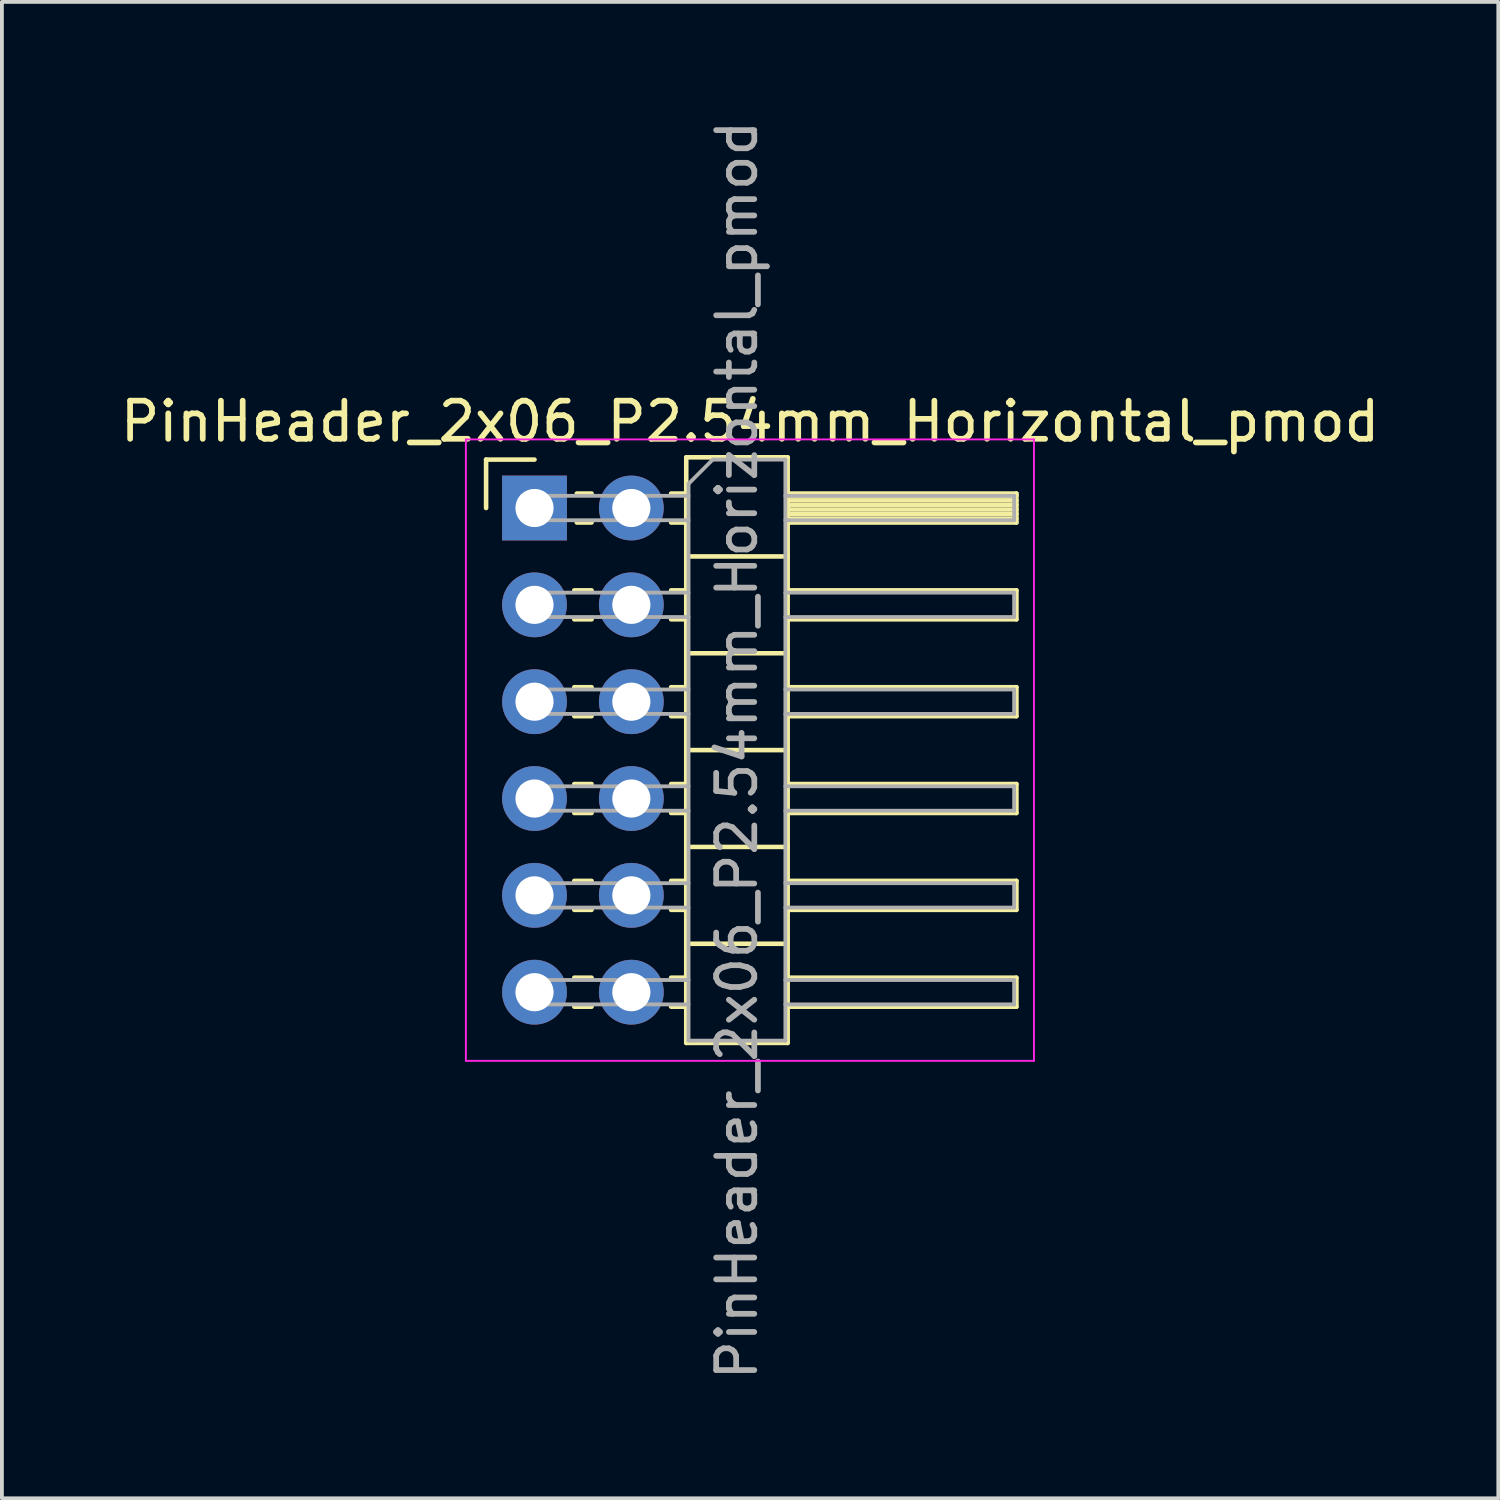
<source format=kicad_pcb>
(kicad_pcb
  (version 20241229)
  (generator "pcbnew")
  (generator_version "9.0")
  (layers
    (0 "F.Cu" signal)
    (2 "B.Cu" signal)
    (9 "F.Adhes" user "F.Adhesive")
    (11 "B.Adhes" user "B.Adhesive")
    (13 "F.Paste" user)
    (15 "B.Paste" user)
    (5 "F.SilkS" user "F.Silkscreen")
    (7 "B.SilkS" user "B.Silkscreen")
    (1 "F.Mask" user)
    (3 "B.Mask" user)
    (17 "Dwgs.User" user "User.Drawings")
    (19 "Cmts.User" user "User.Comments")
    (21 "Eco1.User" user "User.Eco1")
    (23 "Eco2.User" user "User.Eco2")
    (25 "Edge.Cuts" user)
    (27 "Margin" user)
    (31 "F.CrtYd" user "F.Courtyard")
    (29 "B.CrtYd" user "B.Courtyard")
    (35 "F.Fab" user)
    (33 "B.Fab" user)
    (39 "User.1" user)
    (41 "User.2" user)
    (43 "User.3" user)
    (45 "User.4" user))
  (footprint "PinHeader_2x06_P2.54mm_Horizontal_pmod"
    (layer "F.Cu")
    (at 10.97 10.275)
    (property "Reference" "PinHeader_2x06_P2.54mm_Horizontal_pmod" (at 5.655 -2.27 0) (layer "F.SilkS") (effects (font (size 1 1) (thickness 0.15))))
    (attr through_hole)
    (fp_line (start -1.27 -1.27) (end 0 -1.27) (stroke (width 0.12) (type solid)) (layer "F.SilkS"))
    (fp_line (start -1.27 0) (end -1.27 -1.27) (stroke (width 0.12) (type solid)) (layer "F.SilkS"))
    (fp_line (start 1.043 2.16) (end 1.497 2.16) (stroke (width 0.12) (type solid)) (layer "F.SilkS"))
    (fp_line (start 1.043 2.92) (end 1.497 2.92) (stroke (width 0.12) (type solid)) (layer "F.SilkS"))
    (fp_line (start 1.043 4.7) (end 1.497 4.7) (stroke (width 0.12) (type solid)) (layer "F.SilkS"))
    (fp_line (start 1.043 5.46) (end 1.497 5.46) (stroke (width 0.12) (type solid)) (layer "F.SilkS"))
    (fp_line (start 1.043 7.24) (end 1.497 7.24) (stroke (width 0.12) (type solid)) (layer "F.SilkS"))
    (fp_line (start 1.043 8) (end 1.497 8) (stroke (width 0.12) (type solid)) (layer "F.SilkS"))
    (fp_line (start 1.043 9.78) (end 1.497 9.78) (stroke (width 0.12) (type solid)) (layer "F.SilkS"))
    (fp_line (start 1.043 10.54) (end 1.497 10.54) (stroke (width 0.12) (type solid)) (layer "F.SilkS"))
    (fp_line (start 1.043 12.32) (end 1.497 12.32) (stroke (width 0.12) (type solid)) (layer "F.SilkS"))
    (fp_line (start 1.043 13.08) (end 1.497 13.08) (stroke (width 0.12) (type solid)) (layer "F.SilkS"))
    (fp_line (start 1.11 -0.38) (end 1.497 -0.38) (stroke (width 0.12) (type solid)) (layer "F.SilkS"))
    (fp_line (start 1.11 0.38) (end 1.497 0.38) (stroke (width 0.12) (type solid)) (layer "F.SilkS"))
    (fp_line (start 3.583 -0.38) (end 3.98 -0.38) (stroke (width 0.12) (type solid)) (layer "F.SilkS"))
    (fp_line (start 3.583 0.38) (end 3.98 0.38) (stroke (width 0.12) (type solid)) (layer "F.SilkS"))
    (fp_line (start 3.583 2.16) (end 3.98 2.16) (stroke (width 0.12) (type solid)) (layer "F.SilkS"))
    (fp_line (start 3.583 2.92) (end 3.98 2.92) (stroke (width 0.12) (type solid)) (layer "F.SilkS"))
    (fp_line (start 3.583 4.7) (end 3.98 4.7) (stroke (width 0.12) (type solid)) (layer "F.SilkS"))
    (fp_line (start 3.583 5.46) (end 3.98 5.46) (stroke (width 0.12) (type solid)) (layer "F.SilkS"))
    (fp_line (start 3.583 7.24) (end 3.98 7.24) (stroke (width 0.12) (type solid)) (layer "F.SilkS"))
    (fp_line (start 3.583 8) (end 3.98 8) (stroke (width 0.12) (type solid)) (layer "F.SilkS"))
    (fp_line (start 3.583 9.78) (end 3.98 9.78) (stroke (width 0.12) (type solid)) (layer "F.SilkS"))
    (fp_line (start 3.583 10.54) (end 3.98 10.54) (stroke (width 0.12) (type solid)) (layer "F.SilkS"))
    (fp_line (start 3.583 12.32) (end 3.98 12.32) (stroke (width 0.12) (type solid)) (layer "F.SilkS"))
    (fp_line (start 3.583 13.08) (end 3.98 13.08) (stroke (width 0.12) (type solid)) (layer "F.SilkS"))
    (fp_line (start 3.98 -1.33) (end 3.98 14.03) (stroke (width 0.12) (type solid)) (layer "F.SilkS"))
    (fp_line (start 3.98 1.27) (end 6.64 1.27) (stroke (width 0.12) (type solid)) (layer "F.SilkS"))
    (fp_line (start 3.98 3.81) (end 6.64 3.81) (stroke (width 0.12) (type solid)) (layer "F.SilkS"))
    (fp_line (start 3.98 6.35) (end 6.64 6.35) (stroke (width 0.12) (type solid)) (layer "F.SilkS"))
    (fp_line (start 3.98 8.89) (end 6.64 8.89) (stroke (width 0.12) (type solid)) (layer "F.SilkS"))
    (fp_line (start 3.98 11.43) (end 6.64 11.43) (stroke (width 0.12) (type solid)) (layer "F.SilkS"))
    (fp_line (start 3.98 14.03) (end 6.64 14.03) (stroke (width 0.12) (type solid)) (layer "F.SilkS"))
    (fp_line (start 6.64 -1.33) (end 3.98 -1.33) (stroke (width 0.12) (type solid)) (layer "F.SilkS"))
    (fp_line (start 6.64 -0.38) (end 12.64 -0.38) (stroke (width 0.12) (type solid)) (layer "F.SilkS"))
    (fp_line (start 6.64 -0.32) (end 12.64 -0.32) (stroke (width 0.12) (type solid)) (layer "F.SilkS"))
    (fp_line (start 6.64 -0.2) (end 12.64 -0.2) (stroke (width 0.12) (type solid)) (layer "F.SilkS"))
    (fp_line (start 6.64 -0.08) (end 12.64 -0.08) (stroke (width 0.12) (type solid)) (layer "F.SilkS"))
    (fp_line (start 6.64 0.04) (end 12.64 0.04) (stroke (width 0.12) (type solid)) (layer "F.SilkS"))
    (fp_line (start 6.64 0.16) (end 12.64 0.16) (stroke (width 0.12) (type solid)) (layer "F.SilkS"))
    (fp_line (start 6.64 0.28) (end 12.64 0.28) (stroke (width 0.12) (type solid)) (layer "F.SilkS"))
    (fp_line (start 6.64 2.16) (end 12.64 2.16) (stroke (width 0.12) (type solid)) (layer "F.SilkS"))
    (fp_line (start 6.64 4.7) (end 12.64 4.7) (stroke (width 0.12) (type solid)) (layer "F.SilkS"))
    (fp_line (start 6.64 7.24) (end 12.64 7.24) (stroke (width 0.12) (type solid)) (layer "F.SilkS"))
    (fp_line (start 6.64 9.78) (end 12.64 9.78) (stroke (width 0.12) (type solid)) (layer "F.SilkS"))
    (fp_line (start 6.64 12.32) (end 12.64 12.32) (stroke (width 0.12) (type solid)) (layer "F.SilkS"))
    (fp_line (start 6.64 14.03) (end 6.64 -1.33) (stroke (width 0.12) (type solid)) (layer "F.SilkS"))
    (fp_line (start 12.64 -0.38) (end 12.64 0.38) (stroke (width 0.12) (type solid)) (layer "F.SilkS"))
    (fp_line (start 12.64 0.38) (end 6.64 0.38) (stroke (width 0.12) (type solid)) (layer "F.SilkS"))
    (fp_line (start 12.64 2.16) (end 12.64 2.92) (stroke (width 0.12) (type solid)) (layer "F.SilkS"))
    (fp_line (start 12.64 2.92) (end 6.64 2.92) (stroke (width 0.12) (type solid)) (layer "F.SilkS"))
    (fp_line (start 12.64 4.7) (end 12.64 5.46) (stroke (width 0.12) (type solid)) (layer "F.SilkS"))
    (fp_line (start 12.64 5.46) (end 6.64 5.46) (stroke (width 0.12) (type solid)) (layer "F.SilkS"))
    (fp_line (start 12.64 7.24) (end 12.64 8) (stroke (width 0.12) (type solid)) (layer "F.SilkS"))
    (fp_line (start 12.64 8) (end 6.64 8) (stroke (width 0.12) (type solid)) (layer "F.SilkS"))
    (fp_line (start 12.64 9.78) (end 12.64 10.54) (stroke (width 0.12) (type solid)) (layer "F.SilkS"))
    (fp_line (start 12.64 10.54) (end 6.64 10.54) (stroke (width 0.12) (type solid)) (layer "F.SilkS"))
    (fp_line (start 12.64 12.32) (end 12.64 13.08) (stroke (width 0.12) (type solid)) (layer "F.SilkS"))
    (fp_line (start 12.64 13.08) (end 6.64 13.08) (stroke (width 0.12) (type solid)) (layer "F.SilkS"))
    (fp_line (start -1.8 -1.8) (end -1.8 14.5) (stroke (width 0.05) (type solid)) (layer "F.CrtYd"))
    (fp_line (start -1.8 14.5) (end 13.1 14.5) (stroke (width 0.05) (type solid)) (layer "F.CrtYd"))
    (fp_line (start 13.1 -1.8) (end -1.8 -1.8) (stroke (width 0.05) (type solid)) (layer "F.CrtYd"))
    (fp_line (start 13.1 14.5) (end 13.1 -1.8) (stroke (width 0.05) (type solid)) (layer "F.CrtYd"))
    (fp_line (start -0.32 -0.32) (end -0.32 0.32) (stroke (width 0.1) (type solid)) (layer "F.Fab"))
    (fp_line (start -0.32 -0.32) (end 4.04 -0.32) (stroke (width 0.1) (type solid)) (layer "F.Fab"))
    (fp_line (start -0.32 0.32) (end 4.04 0.32) (stroke (width 0.1) (type solid)) (layer "F.Fab"))
    (fp_line (start -0.32 2.22) (end -0.32 2.86) (stroke (width 0.1) (type solid)) (layer "F.Fab"))
    (fp_line (start -0.32 2.22) (end 4.04 2.22) (stroke (width 0.1) (type solid)) (layer "F.Fab"))
    (fp_line (start -0.32 2.86) (end 4.04 2.86) (stroke (width 0.1) (type solid)) (layer "F.Fab"))
    (fp_line (start -0.32 4.76) (end -0.32 5.4) (stroke (width 0.1) (type solid)) (layer "F.Fab"))
    (fp_line (start -0.32 4.76) (end 4.04 4.76) (stroke (width 0.1) (type solid)) (layer "F.Fab"))
    (fp_line (start -0.32 5.4) (end 4.04 5.4) (stroke (width 0.1) (type solid)) (layer "F.Fab"))
    (fp_line (start -0.32 7.3) (end -0.32 7.94) (stroke (width 0.1) (type solid)) (layer "F.Fab"))
    (fp_line (start -0.32 7.3) (end 4.04 7.3) (stroke (width 0.1) (type solid)) (layer "F.Fab"))
    (fp_line (start -0.32 7.94) (end 4.04 7.94) (stroke (width 0.1) (type solid)) (layer "F.Fab"))
    (fp_line (start -0.32 9.84) (end -0.32 10.48) (stroke (width 0.1) (type solid)) (layer "F.Fab"))
    (fp_line (start -0.32 9.84) (end 4.04 9.84) (stroke (width 0.1) (type solid)) (layer "F.Fab"))
    (fp_line (start -0.32 10.48) (end 4.04 10.48) (stroke (width 0.1) (type solid)) (layer "F.Fab"))
    (fp_line (start -0.32 12.38) (end -0.32 13.02) (stroke (width 0.1) (type solid)) (layer "F.Fab"))
    (fp_line (start -0.32 12.38) (end 4.04 12.38) (stroke (width 0.1) (type solid)) (layer "F.Fab"))
    (fp_line (start -0.32 13.02) (end 4.04 13.02) (stroke (width 0.1) (type solid)) (layer "F.Fab"))
    (fp_line (start 4.04 -0.635) (end 4.675 -1.27) (stroke (width 0.1) (type solid)) (layer "F.Fab"))
    (fp_line (start 4.04 13.97) (end 4.04 -0.635) (stroke (width 0.1) (type solid)) (layer "F.Fab"))
    (fp_line (start 4.675 -1.27) (end 6.58 -1.27) (stroke (width 0.1) (type solid)) (layer "F.Fab"))
    (fp_line (start 6.58 -1.27) (end 6.58 13.97) (stroke (width 0.1) (type solid)) (layer "F.Fab"))
    (fp_line (start 6.58 -0.32) (end 12.58 -0.32) (stroke (width 0.1) (type solid)) (layer "F.Fab"))
    (fp_line (start 6.58 0.32) (end 12.58 0.32) (stroke (width 0.1) (type solid)) (layer "F.Fab"))
    (fp_line (start 6.58 2.22) (end 12.58 2.22) (stroke (width 0.1) (type solid)) (layer "F.Fab"))
    (fp_line (start 6.58 2.86) (end 12.58 2.86) (stroke (width 0.1) (type solid)) (layer "F.Fab"))
    (fp_line (start 6.58 4.76) (end 12.58 4.76) (stroke (width 0.1) (type solid)) (layer "F.Fab"))
    (fp_line (start 6.58 5.4) (end 12.58 5.4) (stroke (width 0.1) (type solid)) (layer "F.Fab"))
    (fp_line (start 6.58 7.3) (end 12.58 7.3) (stroke (width 0.1) (type solid)) (layer "F.Fab"))
    (fp_line (start 6.58 7.94) (end 12.58 7.94) (stroke (width 0.1) (type solid)) (layer "F.Fab"))
    (fp_line (start 6.58 9.84) (end 12.58 9.84) (stroke (width 0.1) (type solid)) (layer "F.Fab"))
    (fp_line (start 6.58 10.48) (end 12.58 10.48) (stroke (width 0.1) (type solid)) (layer "F.Fab"))
    (fp_line (start 6.58 12.38) (end 12.58 12.38) (stroke (width 0.1) (type solid)) (layer "F.Fab"))
    (fp_line (start 6.58 13.02) (end 12.58 13.02) (stroke (width 0.1) (type solid)) (layer "F.Fab"))
    (fp_line (start 6.58 13.97) (end 4.04 13.97) (stroke (width 0.1) (type solid)) (layer "F.Fab"))
    (fp_line (start 12.58 -0.32) (end 12.58 0.32) (stroke (width 0.1) (type solid)) (layer "F.Fab"))
    (fp_line (start 12.58 2.22) (end 12.58 2.86) (stroke (width 0.1) (type solid)) (layer "F.Fab"))
    (fp_line (start 12.58 4.76) (end 12.58 5.4) (stroke (width 0.1) (type solid)) (layer "F.Fab"))
    (fp_line (start 12.58 7.3) (end 12.58 7.94) (stroke (width 0.1) (type solid)) (layer "F.Fab"))
    (fp_line (start 12.58 9.84) (end 12.58 10.48) (stroke (width 0.1) (type solid)) (layer "F.Fab"))
    (fp_line (start 12.58 12.38) (end 12.58 13.02) (stroke (width 0.1) (type solid)) (layer "F.Fab"))
    (fp_text user "${REFERENCE}" (at 5.31 6.35 90) (layer "F.Fab") (effects (font (size 1 1) (thickness 0.15))))
    (pad "1" thru_hole rect (at 0 0) (size 1.7 1.7) (drill 1) (layers "*.Cu" "*.Mask"))
    (pad "2" thru_hole oval (at 0 2.54) (size 1.7 1.7) (drill 1) (layers "*.Cu" "*.Mask"))
    (pad "3" thru_hole oval (at 0 5.08) (size 1.7 1.7) (drill 1) (layers "*.Cu" "*.Mask"))
    (pad "4" thru_hole oval (at 0 7.62) (size 1.7 1.7) (drill 1) (layers "*.Cu" "*.Mask"))
    (pad "5" thru_hole oval (at 0 10.16) (size 1.7 1.7) (drill 1) (layers "*.Cu" "*.Mask"))
    (pad "6" thru_hole oval (at 0 12.7) (size 1.7 1.7) (drill 1) (layers "*.Cu" "*.Mask"))
    (pad "7" thru_hole oval (at 2.54 0) (size 1.7 1.7) (drill 1) (layers "*.Cu" "*.Mask"))
    (pad "8" thru_hole oval (at 2.54 2.54) (size 1.7 1.7) (drill 1) (layers "*.Cu" "*.Mask"))
    (pad "9" thru_hole oval (at 2.54 5.08) (size 1.7 1.7) (drill 1) (layers "*.Cu" "*.Mask"))
    (pad "10" thru_hole oval (at 2.54 7.62) (size 1.7 1.7) (drill 1) (layers "*.Cu" "*.Mask"))
    (pad "11" thru_hole oval (at 2.54 10.16) (size 1.7 1.7) (drill 1) (layers "*.Cu" "*.Mask"))
    (pad "12" thru_hole oval (at 2.54 12.7) (size 1.7 1.7) (drill 1) (layers "*.Cu" "*.Mask")))
  (gr_rect
    (start -3 -3)
    (end 36.25 36.25)
    (stroke (width 0.1) (type default))
    (fill no)
    (layer "Edge.Cuts")))
</source>
